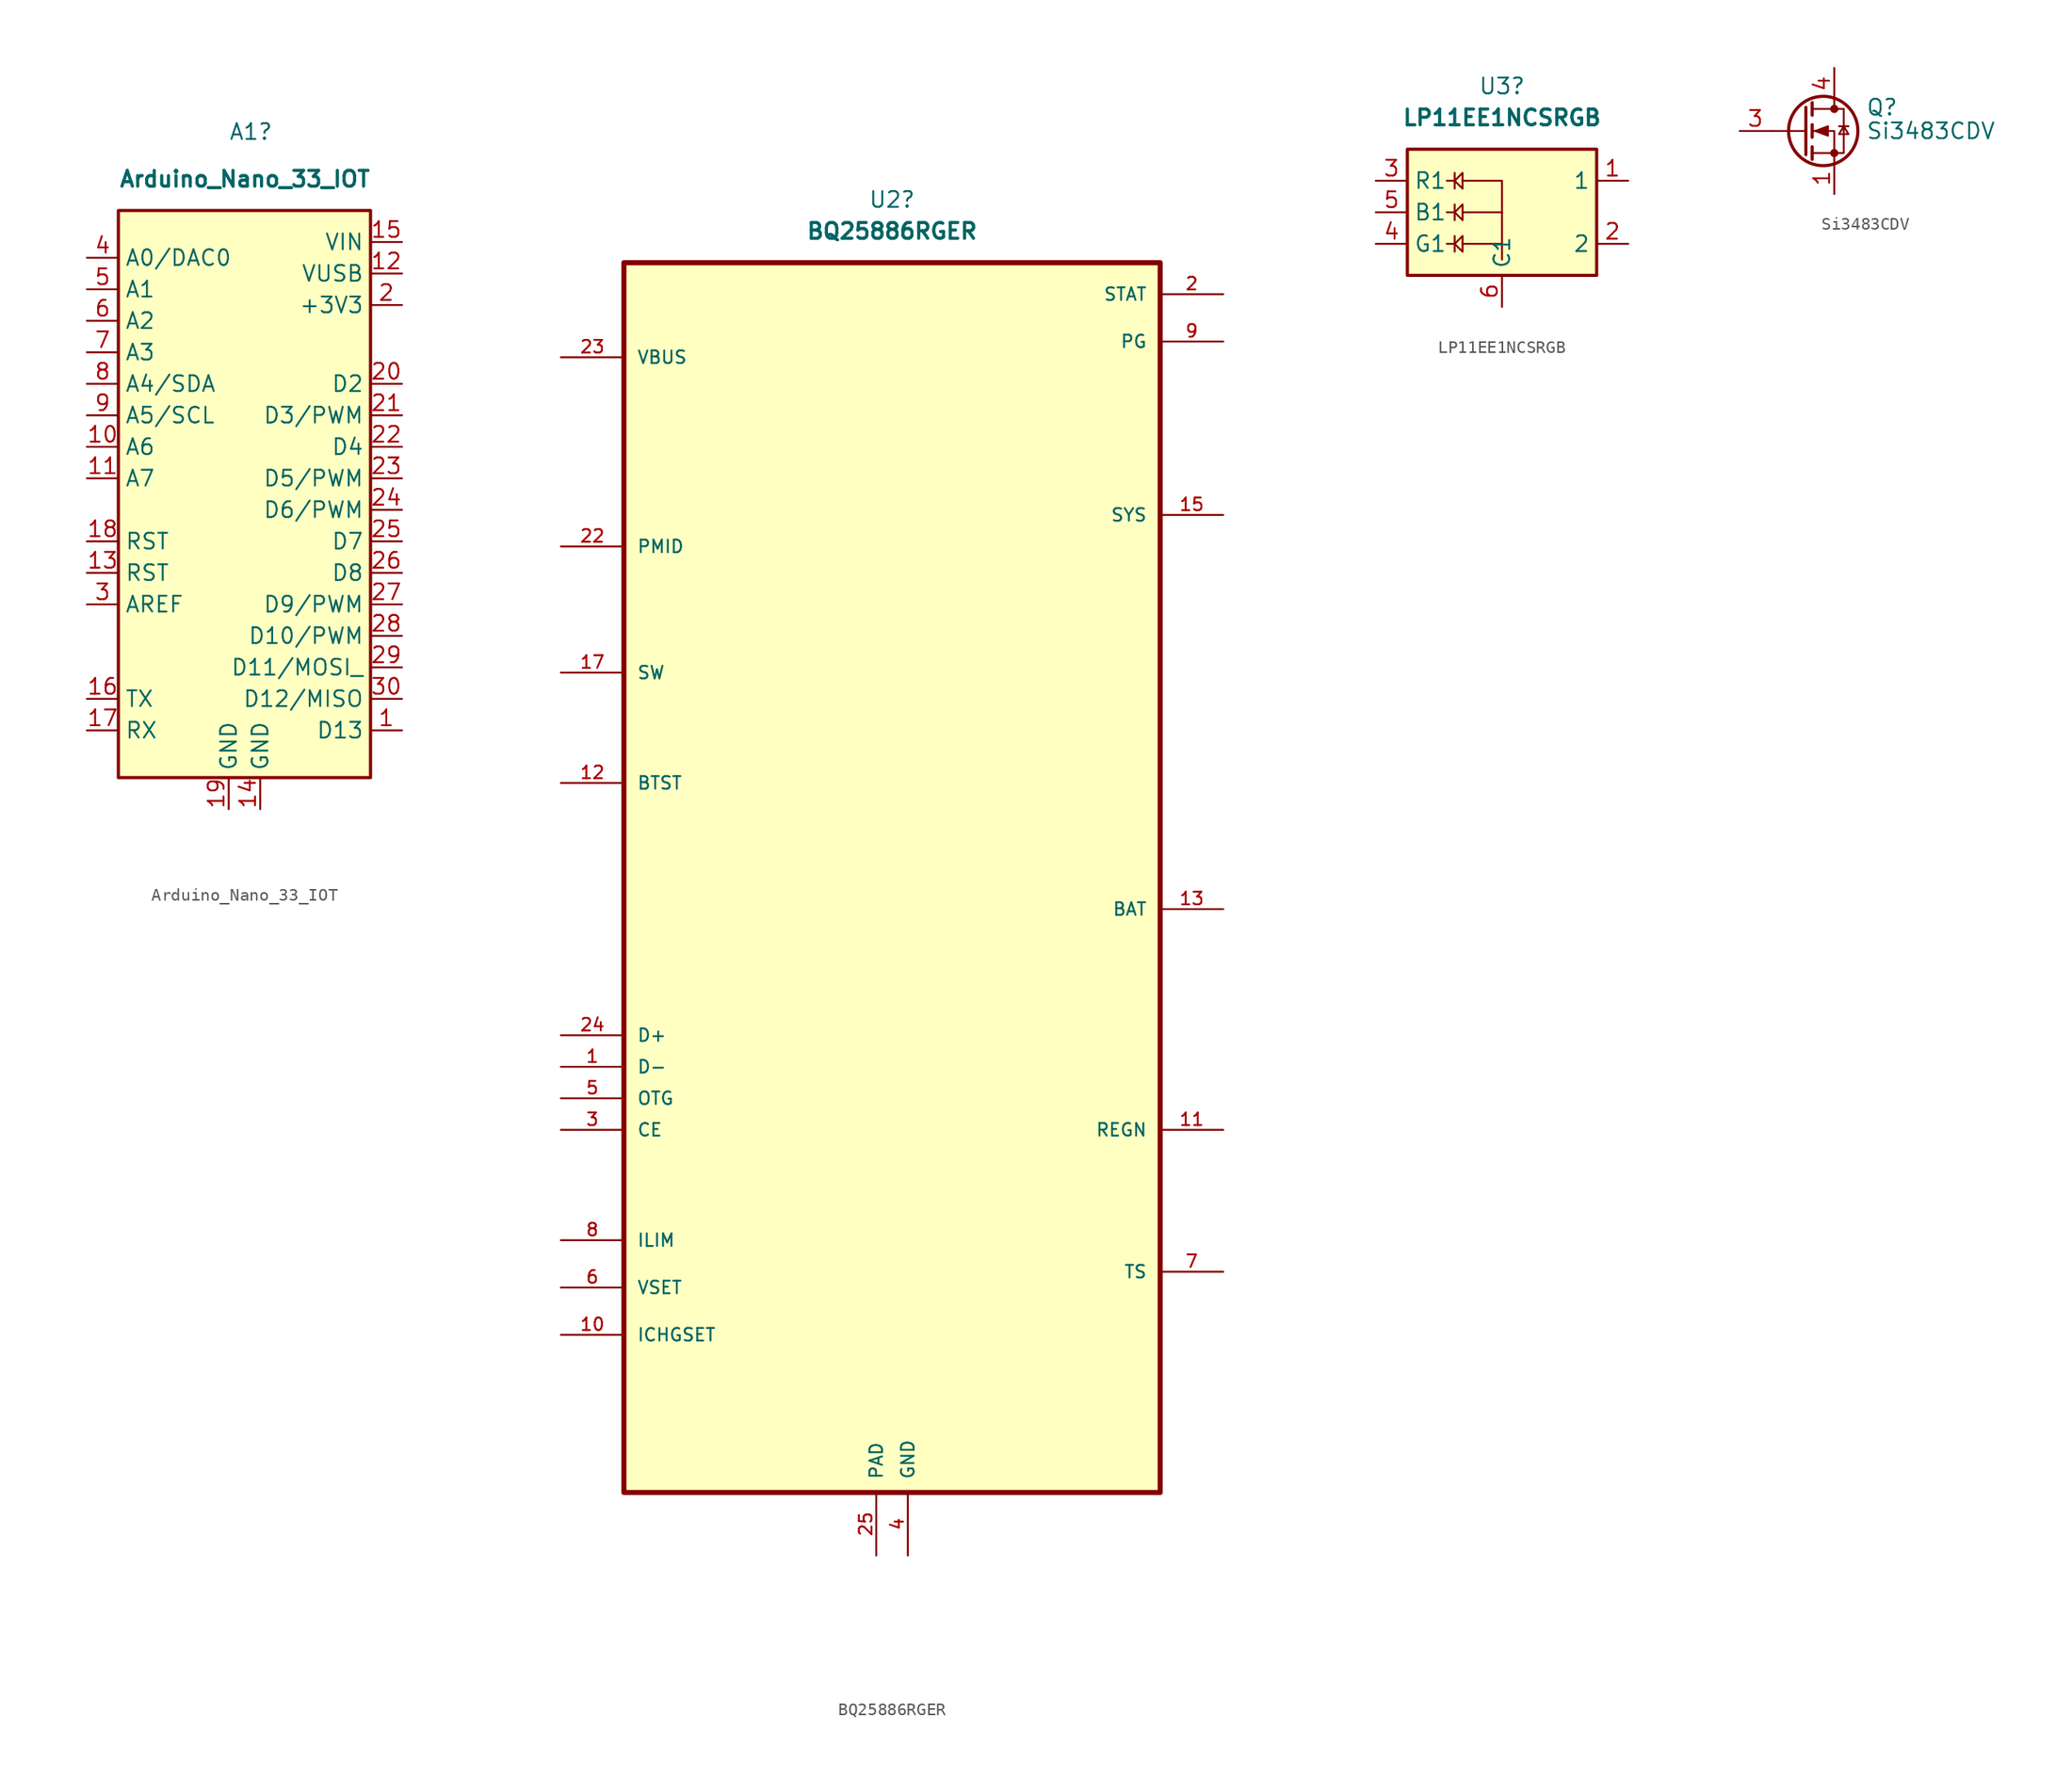
<source format=kicad_sym>
(kicad_symbol_lib
  (version 20211014)
  (generator kicad_symbol_editor)
  (symbol "Arduino_Nano_33_IOT"
    (property "Reference" "A1"
      (at -1.27 29.21 0)
      (effects (font (size 1.27 1.27)) (justify left)))
    (property "Value" "Arduino_Nano_33_IOT"
      (at -10.16 25.4 0)
      (effects (font (size 1.27 1.27) bold) (justify left)))
    (symbol "Arduino_Nano_33_IOT_0_1"
      (rectangle (start -10.16 22.86) (end 10.16 -22.86) (stroke (width 0.254) (type default) (color 0 0 0 0)) (fill (type background))))
    (symbol "Arduino_Nano_33_IOT_1_1"
      (pin bidirectional line (at 12.7 -19.05 180) (length 2.54) (name "D13" (effects (font (size 1.27 1.27)))) (number "1" (effects (font (size 1.27 1.27)))))
      (pin bidirectional line (at -12.7 3.81 0) (length 2.54) (name "A6" (effects (font (size 1.27 1.27)))) (number "10" (effects (font (size 1.27 1.27)))))
      (pin bidirectional line (at -12.7 1.27 0) (length 2.54) (name "A7" (effects (font (size 1.27 1.27)))) (number "11" (effects (font (size 1.27 1.27)))))
      (pin power_out line (at 12.7 17.78 180) (length 2.54) (name "VUSB" (effects (font (size 1.27 1.27)))) (number "12" (effects (font (size 1.27 1.27)))))
      (pin input line (at -12.7 -6.35 0) (length 2.54) (name "RST" (effects (font (size 1.27 1.27)))) (number "13" (effects (font (size 1.27 1.27)))))
      (pin power_in line (at 1.27 -25.4 90) (length 2.54) (name "GND" (effects (font (size 1.27 1.27)))) (number "14" (effects (font (size 1.27 1.27)))))
      (pin power_in line (at 12.7 20.32 180) (length 2.54) (name "VIN" (effects (font (size 1.27 1.27)))) (number "15" (effects (font (size 1.27 1.27)))))
      (pin bidirectional line (at -12.7 -16.51 0) (length 2.54) (name "TX" (effects (font (size 1.27 1.27)))) (number "16" (effects (font (size 1.27 1.27)))))
      (pin bidirectional line (at -12.7 -19.05 0) (length 2.54) (name "RX" (effects (font (size 1.27 1.27)))) (number "17" (effects (font (size 1.27 1.27)))))
      (pin bidirectional line (at -12.7 -3.81 0) (length 2.54) (name "RST" (effects (font (size 1.27 1.27)))) (number "18" (effects (font (size 1.27 1.27)))))
      (pin power_in line (at -1.27 -25.4 90) (length 2.54) (name "GND" (effects (font (size 1.27 1.27)))) (number "19" (effects (font (size 1.27 1.27)))))
      (pin power_out line (at 12.7 15.24 180) (length 2.54) (name "+3V3" (effects (font (size 1.27 1.27)))) (number "2" (effects (font (size 1.27 1.27)))))
      (pin bidirectional line (at 12.7 8.89 180) (length 2.54) (name "D2" (effects (font (size 1.27 1.27)))) (number "20" (effects (font (size 1.27 1.27)))))
      (pin bidirectional line (at 12.7 6.35 180) (length 2.54) (name "D3/PWM" (effects (font (size 1.27 1.27)))) (number "21" (effects (font (size 1.27 1.27)))))
      (pin bidirectional line (at 12.7 3.81 180) (length 2.54) (name "D4" (effects (font (size 1.27 1.27)))) (number "22" (effects (font (size 1.27 1.27)))))
      (pin bidirectional line (at 12.7 1.27 180) (length 2.54) (name "D5/PWM" (effects (font (size 1.27 1.27)))) (number "23" (effects (font (size 1.27 1.27)))))
      (pin bidirectional line (at 12.7 -1.27 180) (length 2.54) (name "D6/PWM" (effects (font (size 1.27 1.27)))) (number "24" (effects (font (size 1.27 1.27)))))
      (pin bidirectional line (at 12.7 -3.81 180) (length 2.54) (name "D7" (effects (font (size 1.27 1.27)))) (number "25" (effects (font (size 1.27 1.27)))))
      (pin bidirectional line (at 12.7 -6.35 180) (length 2.54) (name "D8" (effects (font (size 1.27 1.27)))) (number "26" (effects (font (size 1.27 1.27)))))
      (pin bidirectional line (at 12.7 -8.89 180) (length 2.54) (name "D9/PWM" (effects (font (size 1.27 1.27)))) (number "27" (effects (font (size 1.27 1.27)))))
      (pin bidirectional line (at 12.7 -11.43 180) (length 2.54) (name "D10/PWM" (effects (font (size 1.27 1.27)))) (number "28" (effects (font (size 1.27 1.27)))))
      (pin bidirectional line (at 12.7 -13.97 180) (length 2.54) (name "D11/MOSI_" (effects (font (size 1.27 1.27)))) (number "29" (effects (font (size 1.27 1.27)))))
      (pin bidirectional line (at -12.7 -8.89 0) (length 2.54) (name "AREF" (effects (font (size 1.27 1.27)))) (number "3" (effects (font (size 1.27 1.27)))))
      (pin bidirectional line (at 12.7 -16.51 180) (length 2.54) (name "D12/MISO" (effects (font (size 1.27 1.27)))) (number "30" (effects (font (size 1.27 1.27)))))
      (pin bidirectional line (at -12.7 19.05 0) (length 2.54) (name "A0/DAC0" (effects (font (size 1.27 1.27)))) (number "4" (effects (font (size 1.27 1.27)))))
      (pin bidirectional line (at -12.7 16.51 0) (length 2.54) (name "A1" (effects (font (size 1.27 1.27)))) (number "5" (effects (font (size 1.27 1.27)))))
      (pin bidirectional line (at -12.7 13.97 0) (length 2.54) (name "A2" (effects (font (size 1.27 1.27)))) (number "6" (effects (font (size 1.27 1.27)))))
      (pin bidirectional line (at -12.7 11.43 0) (length 2.54) (name "A3" (effects (font (size 1.27 1.27)))) (number "7" (effects (font (size 1.27 1.27)))))
      (pin bidirectional line (at -12.7 8.89 0) (length 2.54) (name "A4/SDA" (effects (font (size 1.27 1.27)))) (number "8" (effects (font (size 1.27 1.27)))))
      (pin bidirectional line (at -12.7 6.35 0) (length 2.54) (name "A5/SCL" (effects (font (size 1.27 1.27)))) (number "9" (effects (font (size 1.27 1.27)))))))
  (symbol "BQ25886RGER"
    (pin_names
      (offset 1.016))
    (property "Reference" "U2"
      (at -1.27 54.61 0)
      (effects (font (size 1.27 1.27))))
    (property "Value" "BQ25886RGER"
      (at -1.27 52.07 0)
      (effects (font (size 1.27 1.27) bold)))
    (symbol "BQ25886RGER_0_0"
      (rectangle (start -22.86 49.53) (end 20.32 -49.53) (stroke (width 0.41) (type default) (color 0 0 0 0)) (fill (type background)))
      (pin bidirectional line (at -27.94 -15.24 0) (length 5.08) (name "D-" (effects (font (size 1.016 1.016)))) (number "1" (effects (font (size 1.016 1.016)))))
      (pin bidirectional line (at -27.94 -36.83 0) (length 5.08) (name "ICHGSET" (effects (font (size 1.016 1.016)))) (number "10" (effects (font (size 1.016 1.016)))))
      (pin power_out line (at 25.4 -20.32 180) (length 5.08) (name "REGN" (effects (font (size 1.016 1.016)))) (number "11" (effects (font (size 1.016 1.016)))))
      (pin bidirectional line (at -27.94 7.62 0) (length 5.08) (name "BTST" (effects (font (size 1.016 1.016)))) (number "12" (effects (font (size 1.016 1.016)))))
      (pin bidirectional line (at 25.4 -2.54 180) (length 5.08) (name "BAT" (effects (font (size 1.016 1.016)))) (number "13" (effects (font (size 1.016 1.016)))))
      (pin bidirectional line (at 25.4 -2.54 180) (length 5.08) hide (name "BAT" (effects (font (size 1.016 1.016)))) (number "14" (effects (font (size 1.016 1.016)))))
      (pin power_out line (at 25.4 29.21 180) (length 5.08) (name "SYS" (effects (font (size 1.016 1.016)))) (number "15" (effects (font (size 1.016 1.016)))))
      (pin passive line (at 25.4 29.21 180) (length 5.08) hide (name "SYS" (effects (font (size 1.016 1.016)))) (number "16" (effects (font (size 1.016 1.016)))))
      (pin bidirectional line (at -27.94 16.51 0) (length 5.08) (name "SW" (effects (font (size 1.016 1.016)))) (number "17" (effects (font (size 1.016 1.016)))))
      (pin bidirectional line (at -27.94 16.51 0) (length 5.08) hide (name "SW" (effects (font (size 1.016 1.016)))) (number "18" (effects (font (size 1.016 1.016)))))
      (pin power_in line (at 0 -54.61 90) (length 5.08) hide (name "GND" (effects (font (size 1.016 1.016)))) (number "19" (effects (font (size 1.016 1.016)))))
      (pin open_collector line (at 25.4 46.99 180) (length 5.08) (name "STAT" (effects (font (size 1.016 1.016)))) (number "2" (effects (font (size 1.016 1.016)))))
      (pin power_in line (at 0 -54.61 90) (length 5.08) hide (name "GND" (effects (font (size 1.016 1.016)))) (number "20" (effects (font (size 1.016 1.016)))))
      (pin bidirectional line (at -27.94 26.67 0) (length 5.08) hide (name "PMID" (effects (font (size 1.016 1.016)))) (number "21" (effects (font (size 1.016 1.016)))))
      (pin bidirectional line (at -27.94 26.67 0) (length 5.08) (name "PMID" (effects (font (size 1.016 1.016)))) (number "22" (effects (font (size 1.016 1.016)))))
      (pin power_in line (at -27.94 41.91 0) (length 5.08) (name "VBUS" (effects (font (size 1.016 1.016)))) (number "23" (effects (font (size 1.016 1.016)))))
      (pin bidirectional line (at -27.94 -12.7 0) (length 5.08) (name "D+" (effects (font (size 1.016 1.016)))) (number "24" (effects (font (size 1.016 1.016)))))
      (pin passive line (at -2.54 -54.61 90) (length 5.08) (name "PAD" (effects (font (size 1.016 1.016)))) (number "25" (effects (font (size 1.016 1.016)))))
      (pin input line (at -27.94 -20.32 0) (length 5.08) (name "CE" (effects (font (size 1.016 1.016)))) (number "3" (effects (font (size 1.016 1.016)))))
      (pin power_in line (at 0 -54.61 90) (length 5.08) (name "GND" (effects (font (size 1.016 1.016)))) (number "4" (effects (font (size 1.016 1.016)))))
      (pin input line (at -27.94 -17.78 0) (length 5.08) (name "OTG" (effects (font (size 1.016 1.016)))) (number "5" (effects (font (size 1.016 1.016)))))
      (pin bidirectional line (at -27.94 -33.02 0) (length 5.08) (name "VSET" (effects (font (size 1.016 1.016)))) (number "6" (effects (font (size 1.016 1.016)))))
      (pin bidirectional line (at 25.4 -31.75 180) (length 5.08) (name "TS" (effects (font (size 1.016 1.016)))) (number "7" (effects (font (size 1.016 1.016)))))
      (pin bidirectional line (at -27.94 -29.21 0) (length 5.08) (name "ILIM" (effects (font (size 1.016 1.016)))) (number "8" (effects (font (size 1.016 1.016)))))
      (pin open_collector line (at 25.4 43.18 180) (length 5.08) (name "PG" (effects (font (size 1.016 1.016)))) (number "9" (effects (font (size 1.016 1.016)))))))
  (symbol "LP11EE1NCSRGB"
    (property "Reference" "U3"
      (at 0 10.16 0)
      (effects (font (size 1.27 1.27))))
    (property "Value" "LP11EE1NCSRGB"
      (at 0 7.62 0)
      (effects (font (size 1.27 1.27) bold)))
    (symbol "LP11EE1NCSRGB_0_1"
      (rectangle (start -7.62 5.08) (end 7.62 -5.08) (stroke (width 0.254) (type default) (color 0 0 0 0)) (fill (type background)))
      (polyline (pts (xy -3.81 -2.54) (xy -4.445 -2.54)) (stroke (width 0) (type default) (color 0 0 0 0)) (fill (type none)))
      (polyline (pts (xy -3.81 -1.905) (xy -3.81 -3.175)) (stroke (width 0) (type default) (color 0 0 0 0)) (fill (type none)))
      (polyline (pts (xy -3.81 0) (xy -4.445 0)) (stroke (width 0) (type default) (color 0 0 0 0)) (fill (type none)))
      (polyline (pts (xy -3.81 0.635) (xy -3.81 -0.635)) (stroke (width 0) (type default) (color 0 0 0 0)) (fill (type none)))
      (polyline (pts (xy -3.81 2.54) (xy -4.445 2.54)) (stroke (width 0) (type default) (color 0 0 0 0)) (fill (type none)))
      (polyline (pts (xy 0 -2.54) (xy 0 -3.81)) (stroke (width 0) (type default) (color 0 0 0 0)) (fill (type none)))
      (polyline (pts (xy -3.175 -2.54) (xy 0 -2.54) (xy 0 0)) (stroke (width 0) (type default) (color 0 0 0 0)) (fill (type none)))
      (polyline (pts (xy -3.175 -1.905) (xy -3.81 -2.54) (xy -3.175 -3.175) (xy -3.175 -1.905)) (stroke (width 0) (type default) (color 0 0 0 0)) (fill (type none)))
      (polyline (pts (xy -3.81 3.175) (xy -3.81 1.905) (xy -3.81 2.54) (xy -3.175 3.175) (xy -3.175 1.905) (xy -3.81 2.54)) (stroke (width 0) (type default) (color 0 0 0 0)) (fill (type none)))
      (polyline (pts (xy -3.175 2.54) (xy 0 2.54) (xy 0 0) (xy -3.175 0) (xy -3.175 0.635) (xy -3.81 0) (xy -3.175 -0.635) (xy -3.175 0)) (stroke (width 0) (type default) (color 0 0 0 0)) (fill (type none))))
    (symbol "LP11EE1NCSRGB_1_1"
      (pin passive line (at 10.16 2.54 180) (length 2.54) (name "1" (effects (font (size 1.27 1.27)))) (number "1" (effects (font (size 1.27 1.27)))))
      (pin passive line (at 10.16 -2.54 180) (length 2.54) (name "2" (effects (font (size 1.27 1.27)))) (number "2" (effects (font (size 1.27 1.27)))))
      (pin passive line (at -10.16 2.54 0) (length 2.54) (name "R1" (effects (font (size 1.27 1.27)))) (number "3" (effects (font (size 1.27 1.27)))))
      (pin passive line (at -10.16 -2.54 0) (length 2.54) (name "G1" (effects (font (size 1.27 1.27)))) (number "4" (effects (font (size 1.27 1.27)))))
      (pin passive line (at -10.16 0 0) (length 2.54) (name "B1" (effects (font (size 1.27 1.27)))) (number "5" (effects (font (size 1.27 1.27)))))
      (pin passive line (at 0 -7.62 90) (length 2.54) (name "C1" (effects (font (size 1.27 1.27)))) (number "6" (effects (font (size 1.27 1.27)))))))
  (symbol "Si3483CDV"
    (pin_names hide)
    (property "Reference" "Q"
      (at 5.08 1.905 0)
      (effects (font (size 1.27 1.27)) (justify left)))
    (property "Value" "Si3483CDV"
      (at 5.08 0 0)
      (effects (font (size 1.27 1.27)) (justify left)))
    (symbol "Si3483CDV_0_1"
      (polyline (pts (xy 0.254 0) (xy -2.54 0)) (stroke (width 0) (type default) (color 0 0 0 0)) (fill (type none)))
      (polyline (pts (xy 0.254 1.905) (xy 0.254 -1.905)) (stroke (width 0.254) (type default) (color 0 0 0 0)) (fill (type none)))
      (polyline (pts (xy 0.762 -1.27) (xy 0.762 -2.286)) (stroke (width 0.254) (type default) (color 0 0 0 0)) (fill (type none)))
      (polyline (pts (xy 0.762 0.508) (xy 0.762 -0.508)) (stroke (width 0.254) (type default) (color 0 0 0 0)) (fill (type none)))
      (polyline (pts (xy 0.762 2.286) (xy 0.762 1.27)) (stroke (width 0.254) (type default) (color 0 0 0 0)) (fill (type none)))
      (polyline (pts (xy 2.54 2.54) (xy 2.54 1.778)) (stroke (width 0) (type default) (color 0 0 0 0)) (fill (type none)))
      (polyline (pts (xy 2.921 0.381) (xy 3.683 0.381)) (stroke (width 0) (type default) (color 0 0 0 0)) (fill (type none)))
      (polyline (pts (xy 2.54 -2.54) (xy 2.54 0) (xy 0.762 0)) (stroke (width 0) (type default) (color 0 0 0 0)) (fill (type none)))
      (polyline (pts (xy 0.762 -1.778) (xy 3.302 -1.778) (xy 3.302 1.778) (xy 0.762 1.778)) (stroke (width 0) (type default) (color 0 0 0 0)) (fill (type none)))
      (polyline (pts (xy 1.016 0) (xy 2.032 0.381) (xy 2.032 -0.381) (xy 1.016 0)) (stroke (width 0) (type default) (color 0 0 0 0)) (fill (type outline)))
      (polyline (pts (xy 3.302 0.381) (xy 2.921 -0.254) (xy 3.683 -0.254) (xy 3.302 0.381)) (stroke (width 0) (type default) (color 0 0 0 0)) (fill (type none)))
      (circle (center 1.651 0) (radius 2.794) (stroke (width 0.254) (type default) (color 0 0 0 0)) (fill (type none)))
      (circle (center 2.54 -1.778) (radius 0.254) (stroke (width 0) (type default) (color 0 0 0 0)) (fill (type outline)))
      (circle (center 2.54 1.778) (radius 0.254) (stroke (width 0) (type default) (color 0 0 0 0)) (fill (type outline))))
    (symbol "Si3483CDV_1_1"
      (pin passive line (at 2.54 -5.08 90) (length 2.54) (name "D" (effects (font (size 1.27 1.27)))) (number "1" (effects (font (size 1.27 1.27)))))
      (pin passive line (at 2.54 -5.08 90) (length 2.54) hide (name "D" (effects (font (size 1.27 1.27)))) (number "2" (effects (font (size 1.27 1.27)))))
      (pin input line (at -5.08 0 0) (length 2.54) (name "G" (effects (font (size 1.27 1.27)))) (number "3" (effects (font (size 1.27 1.27)))))
      (pin passive line (at 2.54 5.08 270) (length 2.54) (name "S" (effects (font (size 1.27 1.27)))) (number "4" (effects (font (size 1.27 1.27)))))
      (pin passive line (at 2.54 -5.08 90) (length 2.54) hide (name "D" (effects (font (size 1.27 1.27)))) (number "5" (effects (font (size 1.27 1.27)))))
      (pin passive line (at 2.54 -5.08 90) (length 2.54) hide (name "D" (effects (font (size 1.27 1.27)))) (number "6" (effects (font (size 1.27 1.27))))))))
</source>
